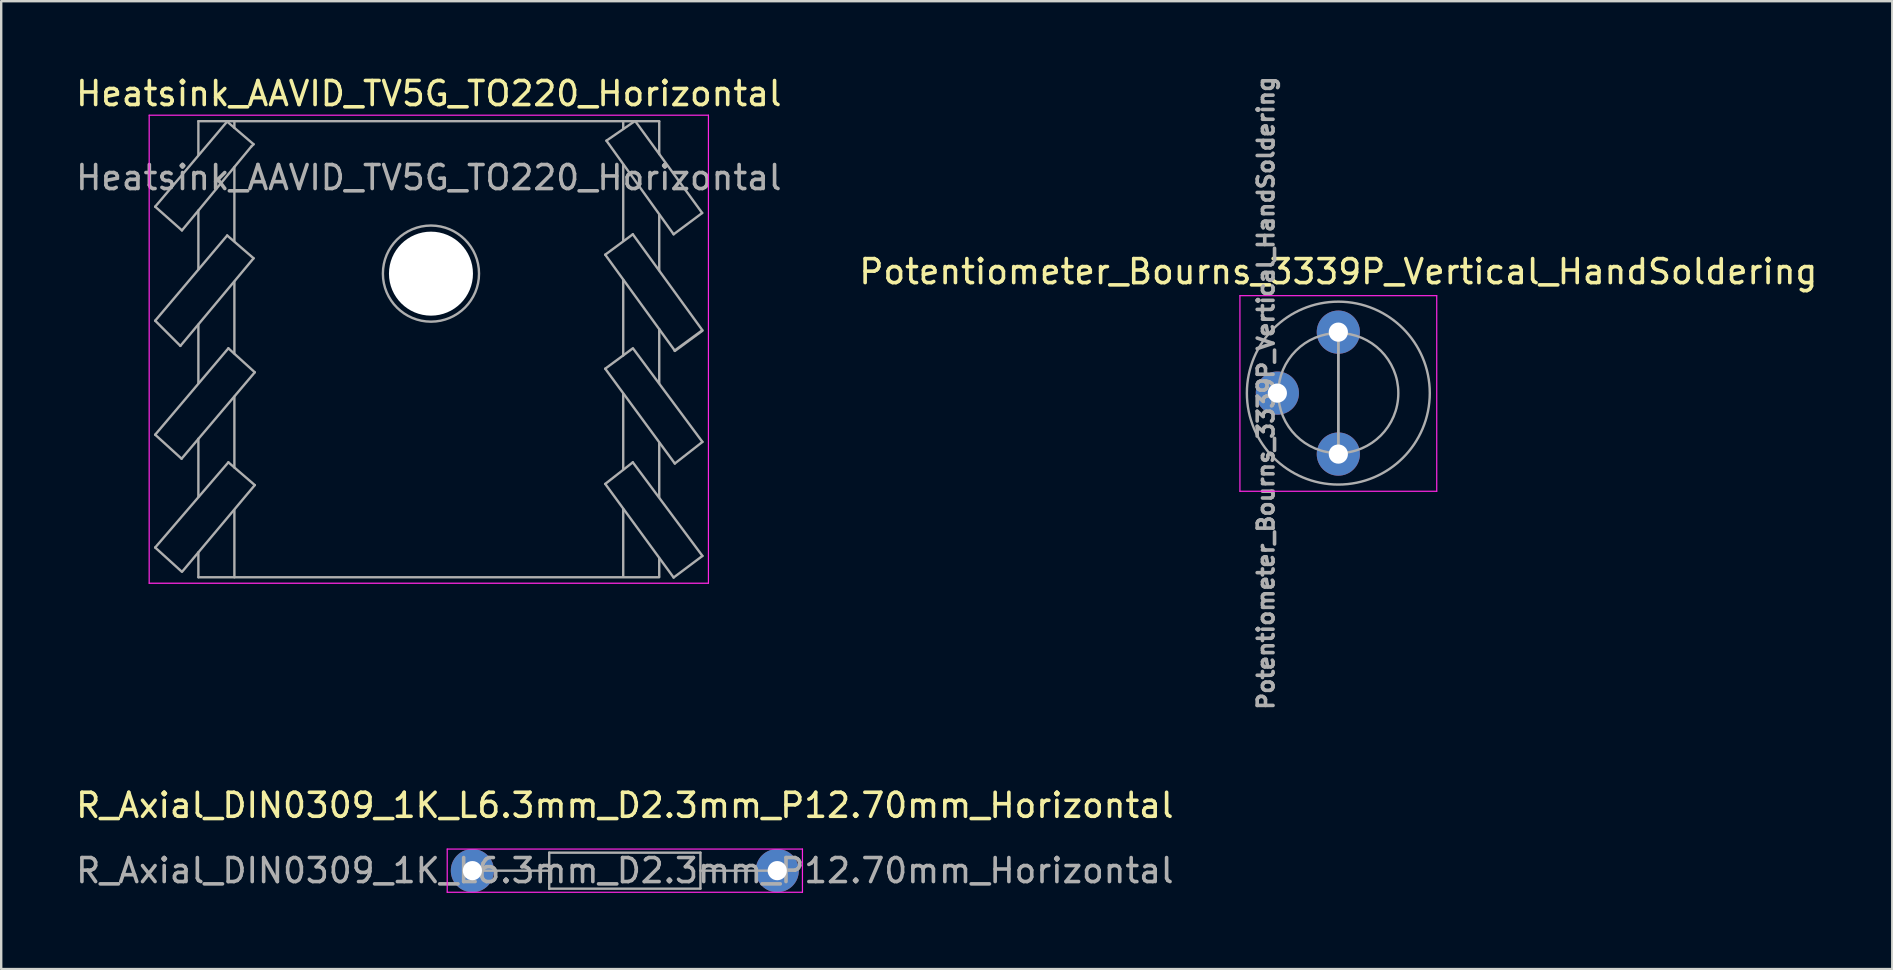
<source format=kicad_pcb>
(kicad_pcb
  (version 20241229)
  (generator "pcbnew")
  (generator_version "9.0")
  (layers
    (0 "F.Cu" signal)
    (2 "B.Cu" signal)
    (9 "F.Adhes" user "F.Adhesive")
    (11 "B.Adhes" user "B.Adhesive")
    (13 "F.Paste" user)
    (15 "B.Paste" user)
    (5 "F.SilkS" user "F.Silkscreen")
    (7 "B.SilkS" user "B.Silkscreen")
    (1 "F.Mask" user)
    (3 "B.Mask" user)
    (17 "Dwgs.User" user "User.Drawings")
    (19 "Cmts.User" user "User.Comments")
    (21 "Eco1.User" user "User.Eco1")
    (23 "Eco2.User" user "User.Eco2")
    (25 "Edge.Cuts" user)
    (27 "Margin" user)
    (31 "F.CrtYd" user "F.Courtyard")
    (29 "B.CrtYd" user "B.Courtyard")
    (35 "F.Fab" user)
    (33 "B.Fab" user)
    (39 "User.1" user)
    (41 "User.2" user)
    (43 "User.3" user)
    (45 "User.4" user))
  (footprint "R_Axial_DIN0309_1K_L6.3mm_D2.3mm_P12.70mm_Horizontal"
    (layer "F.Cu")
    (at 16.632 33.223)
    (property "Reference" "R_Axial_DIN0309_1K_L6.3mm_D2.3mm_P12.70mm_Horizontal" (at 6.35 -2.72 180) (layer "F.SilkS") (effects (font (size 1 1) (thickness 0.15))))
    (attr through_hole)
    (fp_circle (center 0 0) (end 1.1 0) (stroke (width 0) (type solid)) (fill yes) (layer "F.Mask"))
    (fp_circle (center 12.7 0) (end 13.8 0) (stroke (width 0) (type solid)) (fill yes) (layer "F.Mask"))
    (fp_circle (center 0 0) (end 1.1 0) (stroke (width 0) (type solid)) (fill yes) (layer "B.Mask"))
    (fp_circle (center 12.7 0) (end 13.8 0) (stroke (width 0) (type solid)) (fill yes) (layer "B.Mask"))
    (fp_line (start -1.05 -0.9) (end -1.05 0.9) (stroke (width 0.05) (type solid)) (layer "F.CrtYd"))
    (fp_line (start -1.05 0.9) (end 13.75 0.9) (stroke (width 0.05) (type solid)) (layer "F.CrtYd"))
    (fp_line (start 13.75 -0.9) (end -1.05 -0.9) (stroke (width 0.05) (type solid)) (layer "F.CrtYd"))
    (fp_line (start 13.75 0.9) (end 13.75 -0.9) (stroke (width 0.05) (type solid)) (layer "F.CrtYd"))
    (fp_line (start 0 0) (end 3.2 0) (stroke (width 0.1) (type solid)) (layer "F.Fab"))
    (fp_line (start 3.2 -0.75) (end 3.2 0.76) (stroke (width 0.1) (type solid)) (layer "F.Fab"))
    (fp_line (start 3.2 0.75) (end 9.5 0.75) (stroke (width 0.1) (type solid)) (layer "F.Fab"))
    (fp_line (start 9.5 -0.75) (end 3.2 -0.75) (stroke (width 0.1) (type solid)) (layer "F.Fab"))
    (fp_line (start 9.5 0.75) (end 9.5 -0.75) (stroke (width 0.1) (type solid)) (layer "F.Fab"))
    (fp_line (start 12.7 0) (end 9.5 0) (stroke (width 0.1) (type solid)) (layer "F.Fab"))
    (fp_text user "${REFERENCE}" (at 6.35 0 180) (layer "F.Fab") (effects (font (size 1 1) (thickness 0.15))))
    (pad "1" thru_hole circle (at 0 0) (size 1.8 1.8) (drill 0.8) (layers "*.Cu" "*.Mask"))
    (pad "2" thru_hole circle (at 12.7 0) (size 1.8 1.8) (drill 0.8) (layers "*.Cu" "*.Mask")))
  (footprint "Potentiometer_Bourns_3339P_Vertical_HandSoldering"
    (layer "F.Cu")
    (at 52.708 15.868)
    (property "Reference" "Potentiometer_Bourns_3339P_Vertical_HandSoldering" (at 0 -7.6 0) (layer "F.SilkS") (effects (font (size 1 1) (thickness 0.15))))
    (attr through_hole)
    (fp_circle (center -2.54 -2.54) (end -1.44 -2.54) (stroke (width 0) (type solid)) (fill yes) (layer "F.Mask"))
    (fp_circle (center 0 -5.08) (end 1.1 -5.08) (stroke (width 0) (type solid)) (fill yes) (layer "F.Mask"))
    (fp_circle (center 0 0) (end 1.1 0) (stroke (width 0) (type solid)) (fill yes) (layer "F.Mask"))
    (fp_circle (center -2.54 -2.54) (end -3.64 -2.54) (stroke (width 0) (type solid)) (fill yes) (layer "B.Mask"))
    (fp_circle (center 0 -5.08) (end -1.1 -5.08) (stroke (width 0) (type solid)) (fill yes) (layer "B.Mask"))
    (fp_circle (center 0 0) (end -1.1 0) (stroke (width 0) (type solid)) (fill yes) (layer "B.Mask"))
    (fp_line (start -4.1 -6.6) (end -4.1 1.55) (stroke (width 0.05) (type solid)) (layer "F.CrtYd"))
    (fp_line (start -4.1 1.55) (end 4.1 1.55) (stroke (width 0.05) (type solid)) (layer "F.CrtYd"))
    (fp_line (start 4.1 -6.6) (end -4.1 -6.6) (stroke (width 0.05) (type solid)) (layer "F.CrtYd"))
    (fp_line (start 4.1 1.55) (end 4.1 -6.6) (stroke (width 0.05) (type solid)) (layer "F.CrtYd"))
    (fp_line (start 0 -0.064) (end 0.001 -5.014) (stroke (width 0.1) (type solid)) (layer "F.Fab"))
    (fp_line (start 0 -0.064) (end 0.001 -5.014) (stroke (width 0.1) (type solid)) (layer "F.Fab"))
    (fp_circle (center 0 -2.54) (end 2.5 -2.54) (stroke (width 0.1) (type solid)) (fill no) (layer "F.Fab"))
    (fp_circle (center 0 -2.54) (end 3.81 -2.54) (stroke (width 0.1) (type solid)) (fill no) (layer "F.Fab"))
    (fp_text user "${REFERENCE}" (at -3.018 -2.54 90) (layer "F.Fab") (effects (font (size 0.66 0.66) (thickness 0.15))))
    (pad "1" thru_hole circle (at 0 0) (size 1.8 1.8) (drill 0.8) (layers "*.Cu" "*.Mask"))
    (pad "2" thru_hole circle (at -2.54 -2.54) (size 1.8 1.8) (drill 0.8) (layers "*.Cu" "*.Mask"))
    (pad "3" thru_hole circle (at 0 -5.08) (size 1.8 1.8) (drill 0.8) (layers "*.Cu" "*.Mask")))
  (footprint "Heatsink_AAVID_TV5G_TO220_Horizontal"
    (layer "F.Cu")
    (at 14.905 8.351)
    (property "Reference" "Heatsink_AAVID_TV5G_TO220_Horizontal" (at -0.09 -7.502 0) (layer "F.SilkS") (effects (font (size 1 1) (thickness 0.15))))
    (attr through_hole board_only exclude_from_pos_files allow_missing_courtyard)
    (fp_line (start -11.74 -6.602) (end -11.74 12.898) (stroke (width 0.05) (type solid)) (layer "F.CrtYd"))
    (fp_line (start -11.74 12.898) (end 11.56 12.898) (stroke (width 0.05) (type solid)) (layer "F.CrtYd"))
    (fp_line (start 11.56 -6.602) (end -11.74 -6.602) (stroke (width 0.05) (type solid)) (layer "F.CrtYd"))
    (fp_line (start 11.56 12.898) (end 11.56 -6.602) (stroke (width 0.05) (type solid)) (layer "F.CrtYd"))
    (fp_line (start -11.49 -2.79) (end -10.375 -1.802) (stroke (width 0.1) (type solid)) (layer "F.Fab"))
    (fp_line (start -11.49 1.96) (end -10.44 3.01) (stroke (width 0.1) (type solid)) (layer "F.Fab"))
    (fp_line (start -11.49 1.96) (end -8.49 -1.59) (stroke (width 0.1) (type solid)) (layer "F.Fab"))
    (fp_line (start -11.49 6.71) (end -8.44 3.11) (stroke (width 0.1) (type solid)) (layer "F.Fab"))
    (fp_line (start -11.49 11.41) (end -10.375 12.423) (stroke (width 0.1) (type solid)) (layer "F.Fab"))
    (fp_line (start -11.49 11.41) (end -8.44 7.86) (stroke (width 0.1) (type solid)) (layer "F.Fab"))
    (fp_line (start -10.44 3.01) (end -7.39 -0.64) (stroke (width 0.1) (type solid)) (layer "F.Fab"))
    (fp_line (start -10.39 7.71) (end -11.49 6.71) (stroke (width 0.1) (type solid)) (layer "F.Fab"))
    (fp_line (start -10.375 -1.802) (end -7.49 -5.29) (stroke (width 0.1) (type solid)) (layer "F.Fab"))
    (fp_line (start -9.69 -6.352) (end -9.69 -4.952) (stroke (width 0.1) (type solid)) (layer "F.Fab"))
    (fp_line (start -9.69 -2.632) (end -9.69 -0.182) (stroke (width 0.1) (type solid)) (layer "F.Fab"))
    (fp_line (start -9.69 2.128) (end -9.69 4.558) (stroke (width 0.1) (type solid)) (layer "F.Fab"))
    (fp_line (start -9.69 6.878) (end -9.69 9.298) (stroke (width 0.1) (type solid)) (layer "F.Fab"))
    (fp_line (start -9.69 11.608) (end -9.69 12.648) (stroke (width 0.1) (type solid)) (layer "F.Fab"))
    (fp_line (start -9.69 12.648) (end 9.51 12.648) (stroke (width 0.1) (type solid)) (layer "F.Fab"))
    (fp_line (start -8.49 -6.34) (end -11.49 -2.79) (stroke (width 0.1) (type solid)) (layer "F.Fab"))
    (fp_line (start -8.44 -6.29) (end -7.39 -5.39) (stroke (width 0.1) (type solid)) (layer "F.Fab"))
    (fp_line (start -8.44 3.11) (end -7.34 4.11) (stroke (width 0.1) (type solid)) (layer "F.Fab"))
    (fp_line (start -8.44 7.86) (end -7.34 8.81) (stroke (width 0.1) (type solid)) (layer "F.Fab"))
    (fp_line (start -8.19 -6.34) (end -8.19 -6.072) (stroke (width 0.1) (type solid)) (layer "F.Fab"))
    (fp_line (start -8.19 -4.442) (end -8.19 -1.352) (stroke (width 0.1) (type solid)) (layer "F.Fab"))
    (fp_line (start -8.19 0.338) (end -8.19 3.328) (stroke (width 0.1) (type solid)) (layer "F.Fab"))
    (fp_line (start -8.19 5.128) (end -8.19 8.078) (stroke (width 0.1) (type solid)) (layer "F.Fab"))
    (fp_line (start -8.19 9.858) (end -8.19 12.648) (stroke (width 0.1) (type solid)) (layer "F.Fab"))
    (fp_line (start -7.39 -5.39) (end -7.49 -5.29) (stroke (width 0.1) (type solid)) (layer "F.Fab"))
    (fp_line (start -7.39 -0.64) (end -8.49 -1.59) (stroke (width 0.1) (type solid)) (layer "F.Fab"))
    (fp_line (start -7.34 4.11) (end -10.39 7.71) (stroke (width 0.1) (type solid)) (layer "F.Fab"))
    (fp_line (start -7.34 8.81) (end -10.35 12.398) (stroke (width 0.1) (type solid)) (layer "F.Fab"))
    (fp_line (start 7.26 -0.79) (end 8.41 -1.64) (stroke (width 0.1) (type solid)) (layer "F.Fab"))
    (fp_line (start 7.26 3.96) (end 8.41 3.11) (stroke (width 0.1) (type solid)) (layer "F.Fab"))
    (fp_line (start 7.26 8.76) (end 10.11 12.66) (stroke (width 0.1) (type solid)) (layer "F.Fab"))
    (fp_line (start 7.31 -5.54) (end 10.11 -1.64) (stroke (width 0.1) (type solid)) (layer "F.Fab"))
    (fp_line (start 8.01 -6.352) (end 8.01 -6.032) (stroke (width 0.1) (type solid)) (layer "F.Fab"))
    (fp_line (start 8.01 -4.54) (end 8.01 -1.39) (stroke (width 0.1) (type solid)) (layer "F.Fab"))
    (fp_line (start 8.01 0.26) (end 8.01 3.41) (stroke (width 0.1) (type solid)) (layer "F.Fab"))
    (fp_line (start 8.01 5.01) (end 8.01 8.16) (stroke (width 0.1) (type solid)) (layer "F.Fab"))
    (fp_line (start 8.01 9.81) (end 8.01 12.61) (stroke (width 0.1) (type solid)) (layer "F.Fab"))
    (fp_line (start 8.41 -1.64) (end 11.31 2.36) (stroke (width 0.1) (type solid)) (layer "F.Fab"))
    (fp_line (start 8.41 7.86) (end 7.26 8.76) (stroke (width 0.1) (type solid)) (layer "F.Fab"))
    (fp_line (start 8.425 3.123) (end 11.31 7.01) (stroke (width 0.1) (type solid)) (layer "F.Fab"))
    (fp_line (start 8.46 -6.332) (end 7.31 -5.54) (stroke (width 0.1) (type solid)) (layer "F.Fab"))
    (fp_line (start 9.51 -6.352) (end -9.69 -6.352) (stroke (width 0.1) (type solid)) (layer "F.Fab"))
    (fp_line (start 9.51 -6.34) (end 9.51 -4.982) (stroke (width 0.1) (type solid)) (layer "F.Fab"))
    (fp_line (start 9.51 -2.44) (end 9.51 -0.14) (stroke (width 0.1) (type solid)) (layer "F.Fab"))
    (fp_line (start 9.51 2.31) (end 9.51 4.56) (stroke (width 0.1) (type solid)) (layer "F.Fab"))
    (fp_line (start 9.51 7.06) (end 9.51 9.31) (stroke (width 0.1) (type solid)) (layer "F.Fab"))
    (fp_line (start 9.51 11.86) (end 9.51 12.61) (stroke (width 0.1) (type solid)) (layer "F.Fab"))
    (fp_line (start 10.11 -1.64) (end 11.3 -2.527) (stroke (width 0.1) (type solid)) (layer "F.Fab"))
    (fp_line (start 10.11 12.66) (end 11.31 11.76) (stroke (width 0.1) (type solid)) (layer "F.Fab"))
    (fp_line (start 10.16 3.21) (end 7.26 -0.79) (stroke (width 0.1) (type solid)) (layer "F.Fab"))
    (fp_line (start 10.16 7.91) (end 7.26 3.96) (stroke (width 0.1) (type solid)) (layer "F.Fab"))
    (fp_line (start 11.3 -2.527) (end 8.52 -6.342) (stroke (width 0.1) (type solid)) (layer "F.Fab"))
    (fp_line (start 11.3 2.373) (end 10.16 3.21) (stroke (width 0.12) (type solid)) (layer "F.Fab"))
    (fp_line (start 11.31 7.01) (end 10.16 7.91) (stroke (width 0.1) (type solid)) (layer "F.Fab"))
    (fp_line (start 11.31 11.76) (end 8.41 7.86) (stroke (width 0.1) (type solid)) (layer "F.Fab"))
    (fp_circle (center 0 -0.002) (end 2 0.098) (stroke (width 0.1) (type solid)) (fill no) (layer "F.Fab"))
    (fp_text user "${REFERENCE}" (at -0.09 -4.002 0) (layer "F.Fab") (effects (font (size 1 1) (thickness 0.15))))
    (pad "" np_thru_hole oval (at 0 0) (size 3.5 3.5) (drill 3.5) (layers "*.Cu" "*.Mask")))
  (gr_rect
    (start -3 -3)
    (end 75.786 37.323)
    (stroke (width 0.1) (type default))
    (fill no)
    (layer "Edge.Cuts")))
</source>
